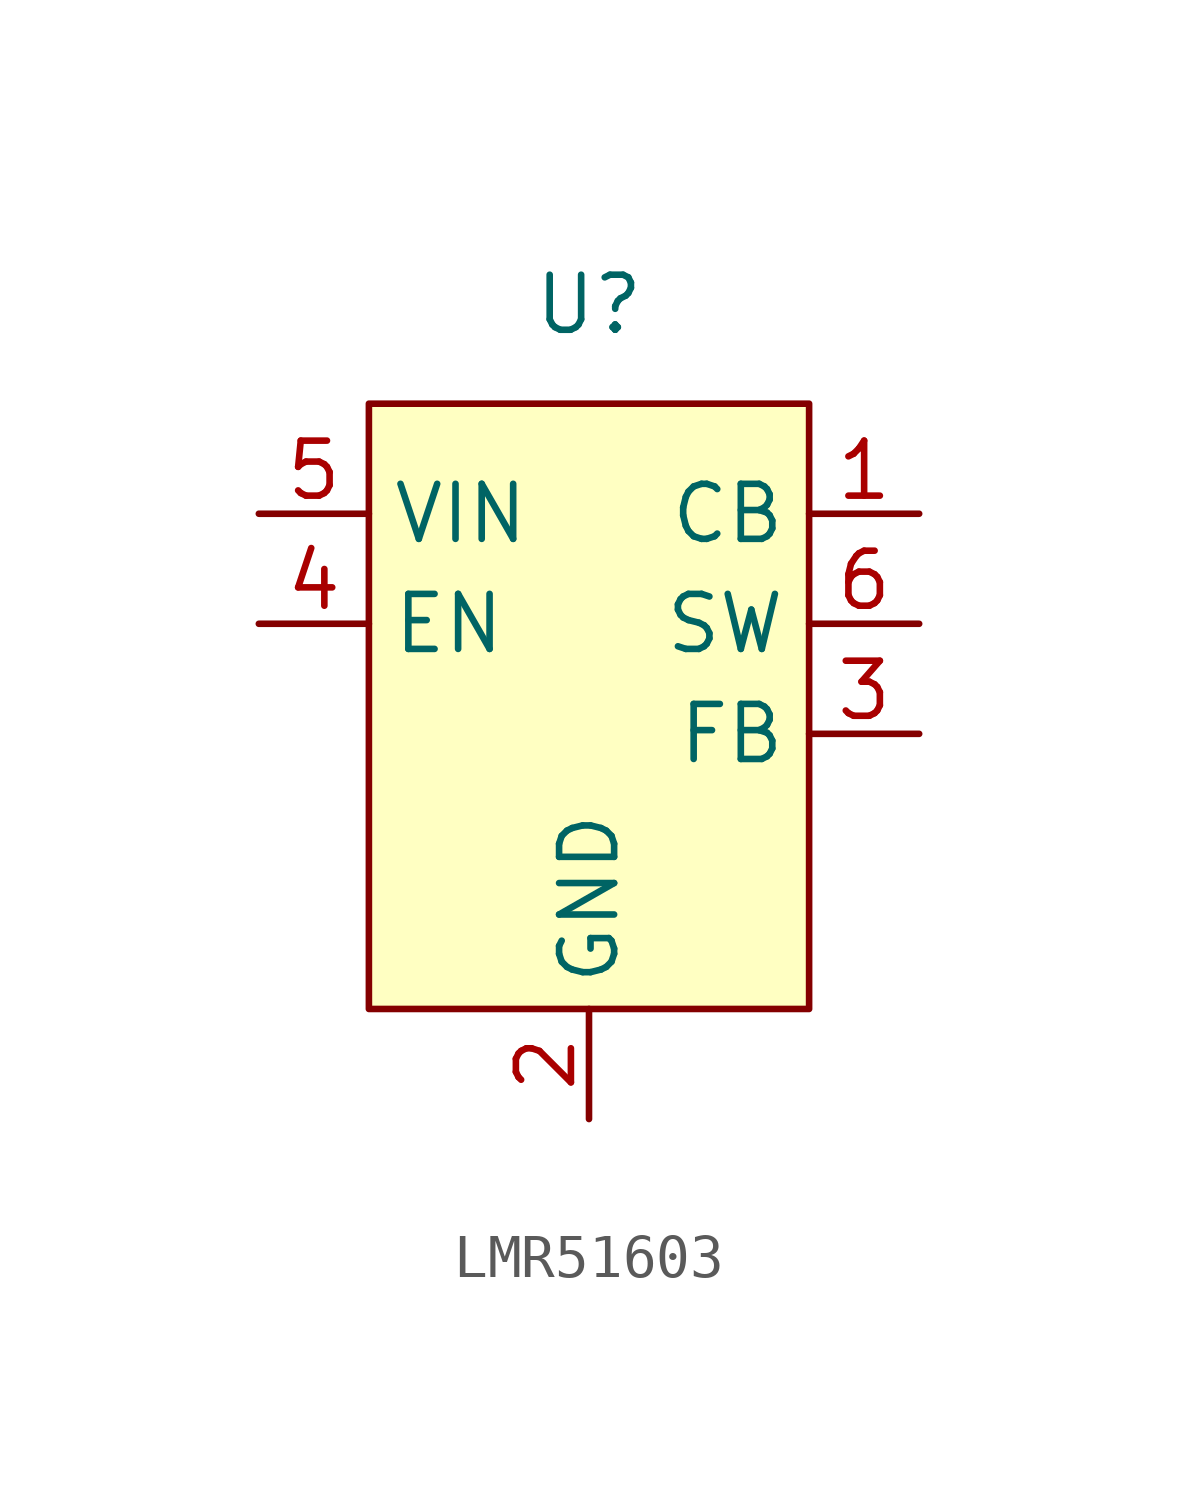
<source format=kicad_sym>
(kicad_symbol_lib
  (version 20241209)
  (generator "kicad_symbol_editor")
  (generator_version "9.0")
  (symbol "LMR51603"
    (property "Reference" "U"
      (at 0 4.826 0)
      (effects (font (size 1.27 1.27))))
    (property "Value" ""
      (at 0 0 0)
      (effects (font (size 1.27 1.27))))
    (symbol "LMR51603_1_1"
      (rectangle (start -5.08 2.54) (end 5.08 -11.43) (stroke (width 0) (type solid)) (fill (type background)))
      (pin input line (at -7.62 0 0) (length 2.54) (name "VIN" (effects (font (size 1.27 1.27)))) (number "5" (effects (font (size 1.27 1.27)))))
      (pin input line (at -7.62 -2.54 0) (length 2.54) (name "EN" (effects (font (size 1.27 1.27)))) (number "4" (effects (font (size 1.27 1.27)))))
      (pin input line (at 0 -13.97 90) (length 2.54) (name "GND" (effects (font (size 1.27 1.27)))) (number "2" (effects (font (size 1.27 1.27)))))
      (pin input line (at 7.62 0 180) (length 2.54) (name "CB" (effects (font (size 1.27 1.27)))) (number "1" (effects (font (size 1.27 1.27)))))
      (pin input line (at 7.62 -2.54 180) (length 2.54) (name "SW" (effects (font (size 1.27 1.27)))) (number "6" (effects (font (size 1.27 1.27)))))
      (pin input line (at 7.62 -5.08 180) (length 2.54) (name "FB" (effects (font (size 1.27 1.27)))) (number "3" (effects (font (size 1.27 1.27))))))))
</source>
